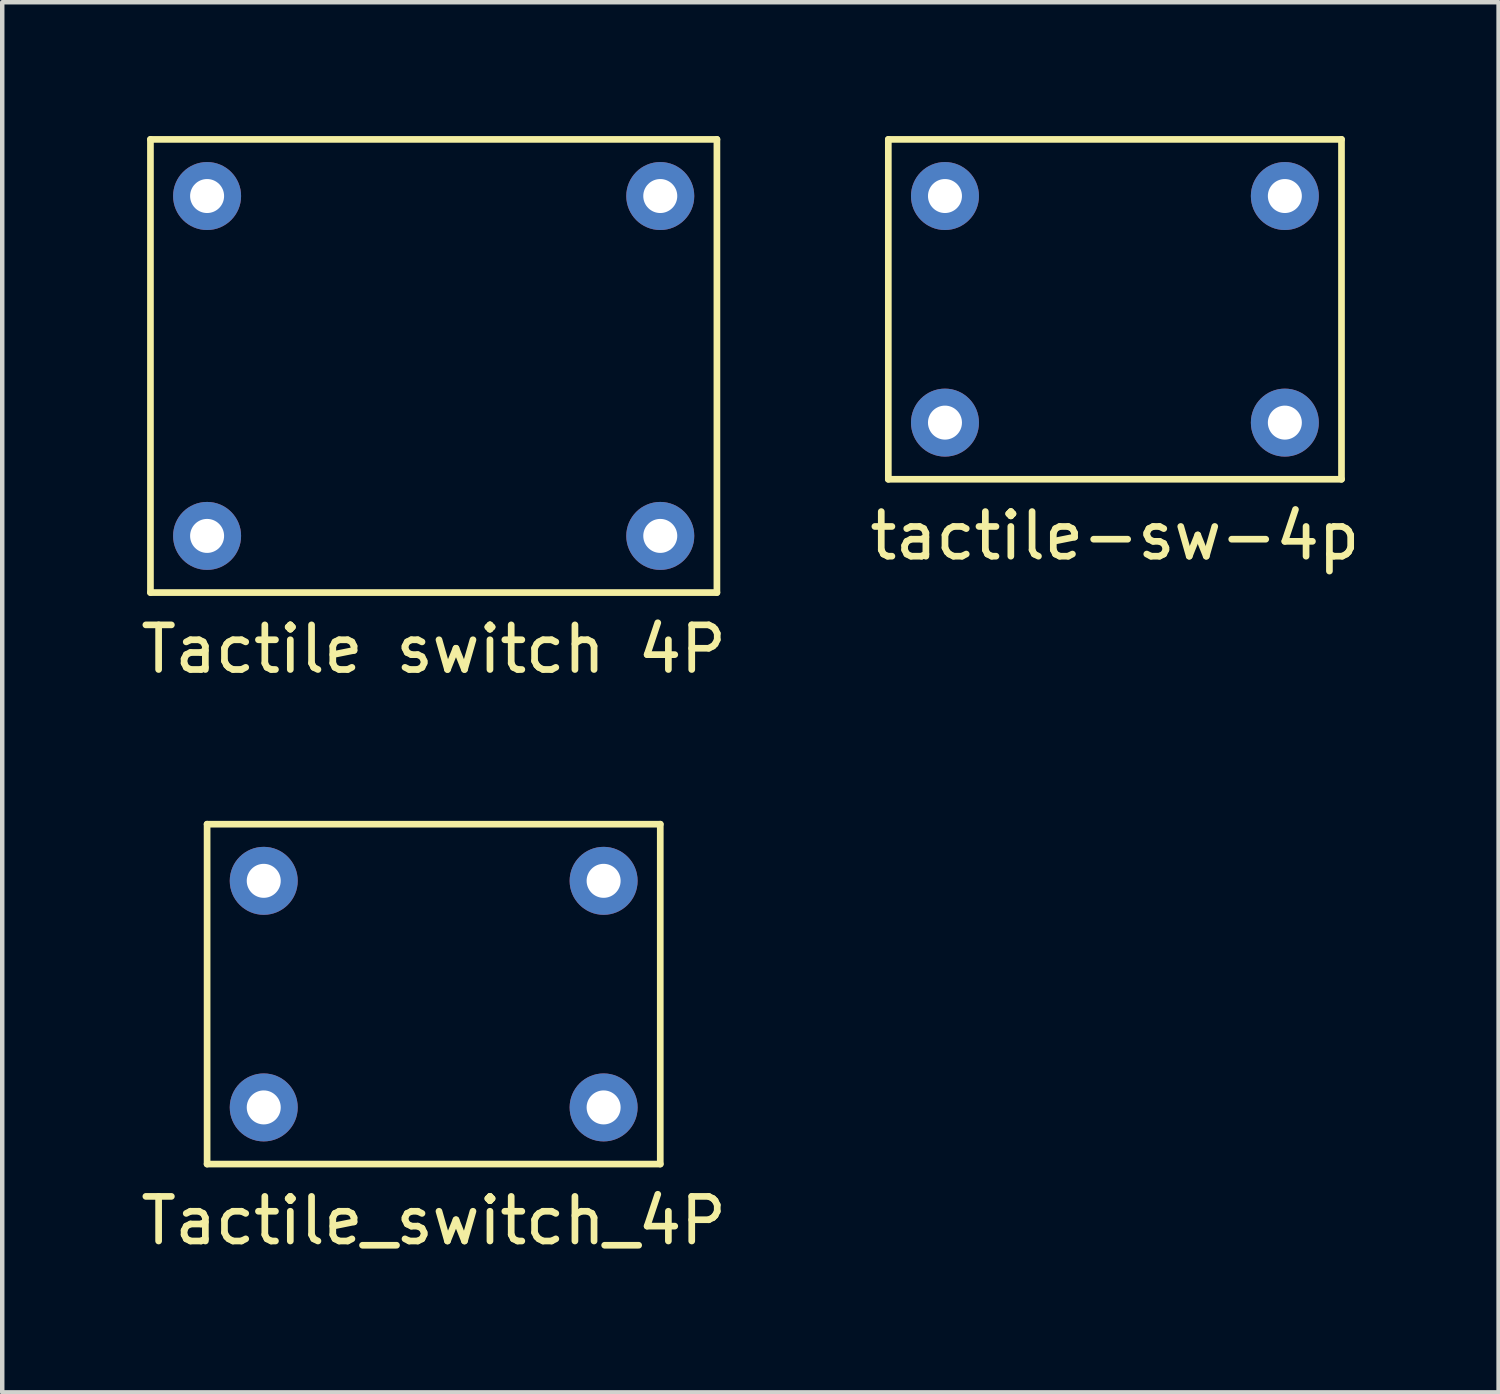
<source format=kicad_pcb>
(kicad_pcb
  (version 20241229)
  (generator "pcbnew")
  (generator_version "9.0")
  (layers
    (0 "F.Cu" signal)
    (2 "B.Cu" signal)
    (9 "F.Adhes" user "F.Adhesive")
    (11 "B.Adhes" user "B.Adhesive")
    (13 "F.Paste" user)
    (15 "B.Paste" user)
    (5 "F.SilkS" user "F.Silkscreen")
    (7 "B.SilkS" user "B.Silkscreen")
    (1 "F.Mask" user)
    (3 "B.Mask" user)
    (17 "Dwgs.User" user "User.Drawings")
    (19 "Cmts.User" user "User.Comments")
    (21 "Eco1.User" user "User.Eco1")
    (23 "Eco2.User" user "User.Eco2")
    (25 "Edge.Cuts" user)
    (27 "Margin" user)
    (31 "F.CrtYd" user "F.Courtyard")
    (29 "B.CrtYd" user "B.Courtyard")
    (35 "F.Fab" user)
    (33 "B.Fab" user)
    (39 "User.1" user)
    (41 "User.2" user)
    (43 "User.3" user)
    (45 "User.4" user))
  (footprint "Tactile switch 4P"
    (layer "F.Cu")
    (at 6.673 5.155)
    (property "Reference" "Tactile switch 4P" (at 0 6.35 0) (layer "F.SilkS") (effects (font (size 1 1) (thickness 0.15))))
    (attr through_hole)
    (fp_line (start -6.35 -5.08) (end -6.35 5.08) (stroke (width 0.15) (type solid)) (layer "F.SilkS"))
    (fp_line (start -6.35 5.08) (end 6.35 5.08) (stroke (width 0.15) (type solid)) (layer "F.SilkS"))
    (fp_line (start 6.35 -5.08) (end -6.35 -5.08) (stroke (width 0.15) (type solid)) (layer "F.SilkS"))
    (fp_line (start 6.35 5.08) (end 6.35 -5.08) (stroke (width 0.15) (type solid)) (layer "F.SilkS"))
    (pad "1" thru_hole circle (at -5.08 -3.81) (size 1.524 1.524) (drill 0.762) (layers "*.Cu" "*.Mask"))
    (pad "2" thru_hole circle (at -5.08 3.81) (size 1.524 1.524) (drill 0.762) (layers "*.Cu" "*.Mask"))
    (pad "3" thru_hole circle (at 5.08 -3.81) (size 1.524 1.524) (drill 0.762) (layers "*.Cu" "*.Mask"))
    (pad "4" thru_hole circle (at 5.08 3.81) (size 1.524 1.524) (drill 0.762) (layers "*.Cu" "*.Mask")))
  (footprint "Tactile_switch_4P"
    (layer "F.Cu")
    (at 6.673 19.238)
    (property "Reference" "Tactile_switch_4P" (at 0 5.08 0) (layer "F.SilkS") (effects (font (size 1 1) (thickness 0.15))))
    (attr through_hole)
    (fp_line (start -5.08 -3.81) (end -5.08 3.81) (stroke (width 0.15) (type solid)) (layer "F.SilkS"))
    (fp_line (start -5.08 3.81) (end 5.08 3.81) (stroke (width 0.15) (type solid)) (layer "F.SilkS"))
    (fp_line (start 5.08 -3.81) (end -5.08 -3.81) (stroke (width 0.15) (type solid)) (layer "F.SilkS"))
    (fp_line (start 5.08 3.81) (end 5.08 -3.81) (stroke (width 0.15) (type solid)) (layer "F.SilkS"))
    (pad "1" thru_hole circle (at -3.81 -2.54) (size 1.524 1.524) (drill 0.762) (layers "*.Cu" "*.Mask"))
    (pad "2" thru_hole circle (at -3.81 2.54) (size 1.524 1.524) (drill 0.762) (layers "*.Cu" "*.Mask"))
    (pad "3" thru_hole circle (at 3.81 -2.54) (size 1.524 1.524) (drill 0.762) (layers "*.Cu" "*.Mask"))
    (pad "4" thru_hole circle (at 3.81 2.54) (size 1.524 1.524) (drill 0.762) (layers "*.Cu" "*.Mask")))
  (footprint "tactile-sw-4p"
    (layer "F.Cu")
    (at 21.946 3.885)
    (property "Reference" "tactile-sw-4p" (at 0 5.08 0) (layer "F.SilkS") (effects (font (size 1 1) (thickness 0.15))))
    (attr through_hole)
    (fp_line (start -5.08 -3.81) (end -5.08 3.81) (stroke (width 0.15) (type solid)) (layer "F.SilkS"))
    (fp_line (start -5.08 3.81) (end 5.08 3.81) (stroke (width 0.15) (type solid)) (layer "F.SilkS"))
    (fp_line (start 5.08 -3.81) (end -5.08 -3.81) (stroke (width 0.15) (type solid)) (layer "F.SilkS"))
    (fp_line (start 5.08 3.81) (end 5.08 -3.81) (stroke (width 0.15) (type solid)) (layer "F.SilkS"))
    (pad "1" thru_hole circle (at -3.81 -2.54) (size 1.524 1.524) (drill 0.762) (layers "*.Cu" "*.Mask"))
    (pad "2" thru_hole circle (at 3.81 -2.54) (size 1.524 1.524) (drill 0.762) (layers "*.Cu" "*.Mask"))
    (pad "3" thru_hole circle (at -3.81 2.54) (size 1.524 1.524) (drill 0.762) (layers "*.Cu" "*.Mask"))
    (pad "4" thru_hole circle (at 3.81 2.54) (size 1.524 1.524) (drill 0.762) (layers "*.Cu" "*.Mask")))
  (gr_rect
    (start -3 -3)
    (end 30.548 28.166)
    (stroke (width 0.1) (type default))
    (fill no)
    (layer "Edge.Cuts")))
</source>
